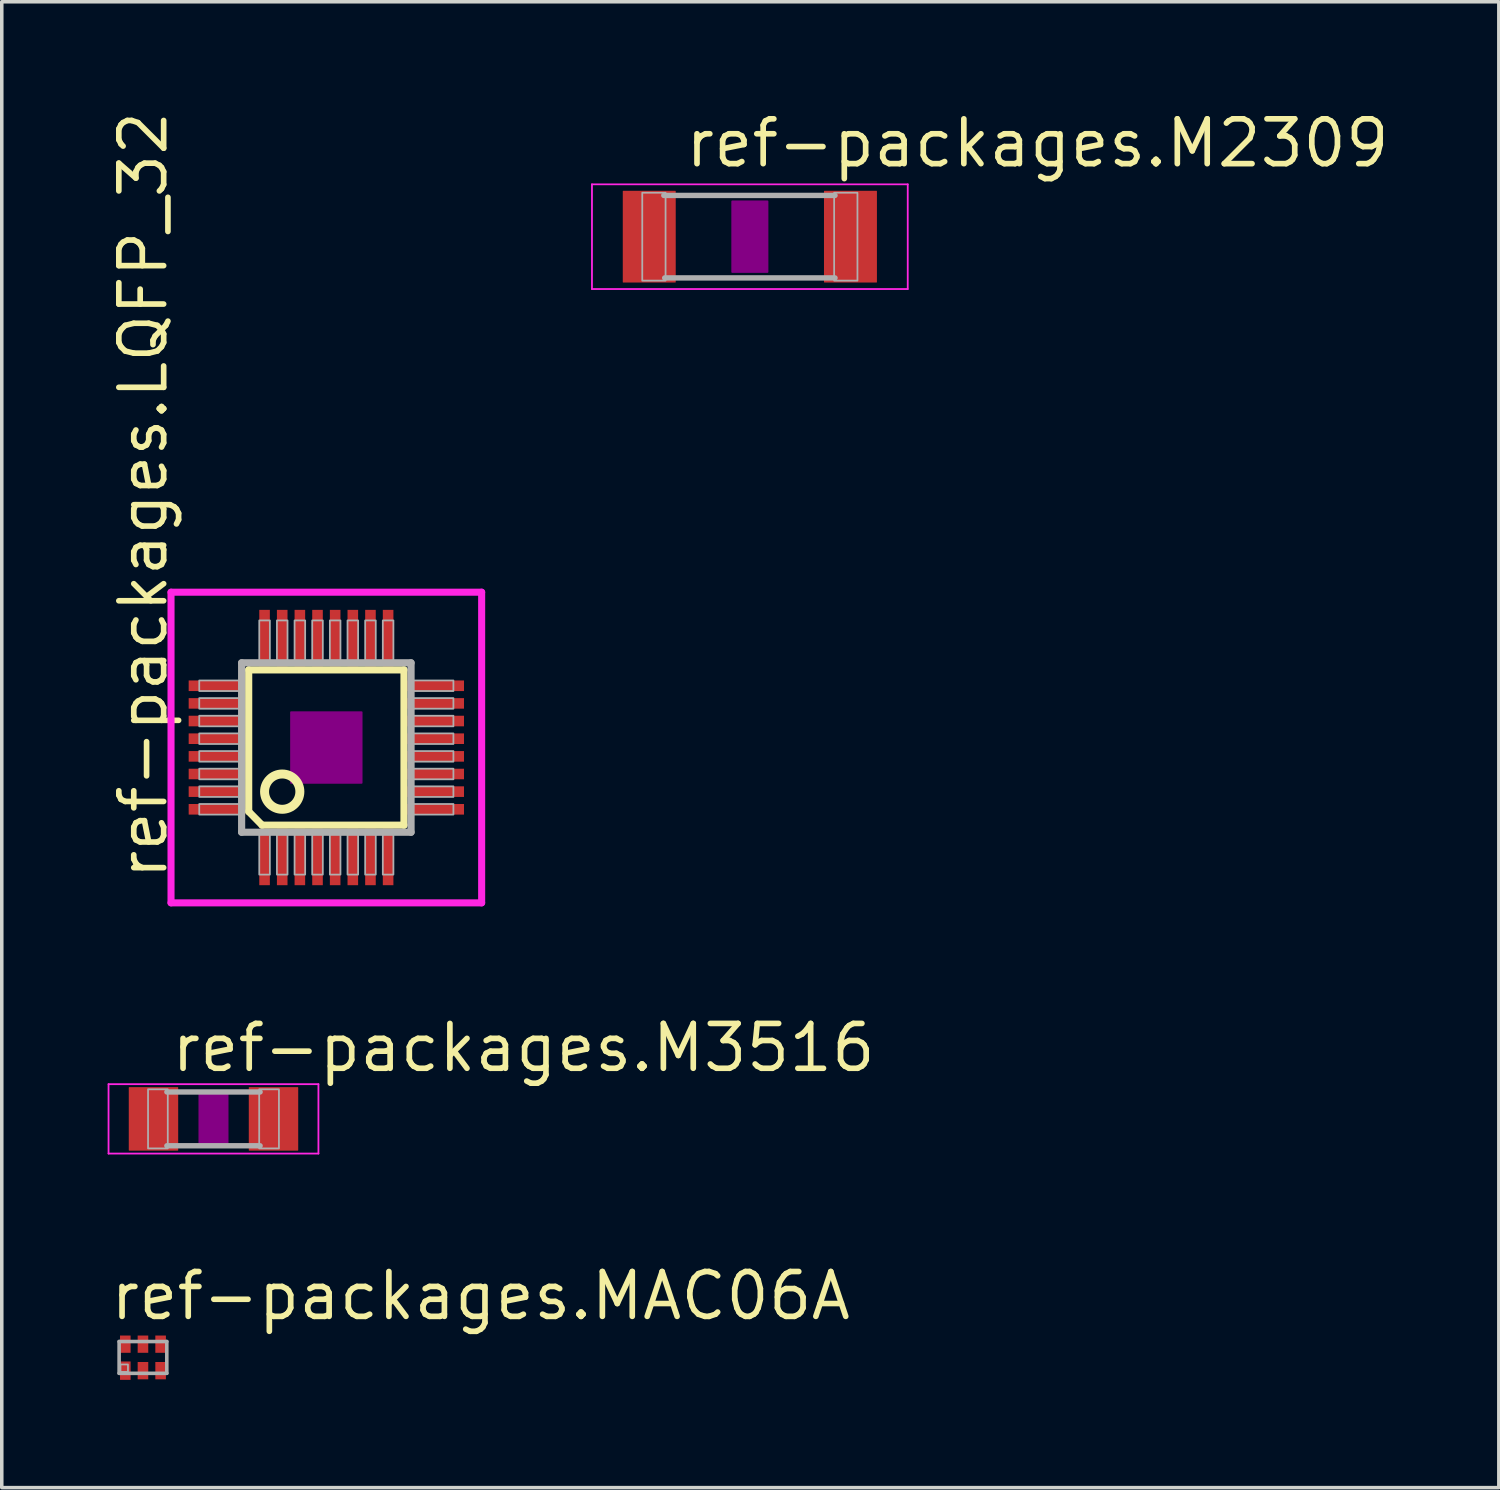
<source format=kicad_pcb>
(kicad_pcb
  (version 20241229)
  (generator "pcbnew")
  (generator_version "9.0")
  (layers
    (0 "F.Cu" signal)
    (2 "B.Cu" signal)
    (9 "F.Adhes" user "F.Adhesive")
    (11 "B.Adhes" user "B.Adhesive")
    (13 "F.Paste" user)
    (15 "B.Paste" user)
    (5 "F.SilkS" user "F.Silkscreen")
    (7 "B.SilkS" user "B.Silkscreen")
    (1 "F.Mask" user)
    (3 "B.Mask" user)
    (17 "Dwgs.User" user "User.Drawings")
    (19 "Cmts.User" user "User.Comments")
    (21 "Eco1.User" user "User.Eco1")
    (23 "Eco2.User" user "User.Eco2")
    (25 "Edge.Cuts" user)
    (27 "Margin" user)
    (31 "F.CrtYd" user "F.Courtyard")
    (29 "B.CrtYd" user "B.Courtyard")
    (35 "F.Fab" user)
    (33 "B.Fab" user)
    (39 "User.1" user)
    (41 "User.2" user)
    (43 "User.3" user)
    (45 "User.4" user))
  (footprint "ref-packages.M2309"
    (layer "F.Cu")
    (at 18.193 3.655)
    (property "Reference" "ref-packages.M2309" (at -1.905 -1.905 0) (layer "F.SilkS") (effects (font (size 1.27 1.27) (thickness 0.16)) (justify left bottom)))
    (attr smd)
    (fp_rect (start -0.5 1) (end 0.5 -1) (stroke (width 0.05) (type default)) (fill yes) (layer "F.Adhes"))
    (fp_line (start -4.473 -1.483) (end 4.473 -1.483) (stroke (width 0.051) (type default)) (layer "F.CrtYd"))
    (fp_line (start -4.473 1.483) (end -4.473 -1.483) (stroke (width 0.051) (type default)) (layer "F.CrtYd"))
    (fp_line (start 4.473 -1.483) (end 4.473 1.483) (stroke (width 0.051) (type default)) (layer "F.CrtYd"))
    (fp_line (start 4.473 1.483) (end -4.473 1.483) (stroke (width 0.051) (type default)) (layer "F.CrtYd"))
    (fp_line (start 2.413 -1.168) (end -2.438 -1.168) (stroke (width 0.152) (type default)) (layer "F.Fab"))
    (fp_line (start 2.413 1.168) (end -2.413 1.168) (stroke (width 0.152) (type default)) (layer "F.Fab"))
    (fp_rect (start -3.048 1.245) (end -2.388 -1.245) (stroke (width 0.05) (type default)) (fill no) (layer "F.Fab"))
    (fp_rect (start 2.388 1.245) (end 3.048 -1.245) (stroke (width 0.05) (type default)) (fill no) (layer "F.Fab"))
    (pad "1" smd roundrect (at -2.85 0) (size 1.5 2.6) (layers "F.Cu" "F.Mask" "F.Paste") (roundrect_rratio 0.01))
    (pad "2" smd roundrect (at 2.85 0) (size 1.5 2.6) (layers "F.Cu" "F.Mask" "F.Paste") (roundrect_rratio 0.01)))
  (footprint "ref-packages.LQFP_32"
    (layer "F.Cu")
    (at 6.195 18.127)
    (property "Reference" "ref-packages.LQFP_32" (at -4.445 3.81 90) (layer "F.SilkS") (effects (font (size 1.27 1.27) (thickness 0.16)) (justify left bottom)))
    (attr smd)
    (fp_line (start -2.2 -2.2) (end 2.2 -2.2) (stroke (width 0.203) (type default)) (layer "F.SilkS"))
    (fp_line (start -2.2 1.813) (end -2.2 -2.2) (stroke (width 0.203) (type default)) (layer "F.SilkS"))
    (fp_line (start -1.819 2.2) (end -2.2 1.813) (stroke (width 0.203) (type default)) (layer "F.SilkS"))
    (fp_line (start 2.2 -2.2) (end 2.2 2.2) (stroke (width 0.203) (type default)) (layer "F.SilkS"))
    (fp_line (start 2.2 2.2) (end -1.819 2.2) (stroke (width 0.203) (type default)) (layer "F.SilkS"))
    (fp_circle (center -1.25 1.25) (end -0.75 1.25) (stroke (width 0.254) (type default)) (fill no) (layer "F.SilkS"))
    (fp_rect (start -1 1) (end 1 -1) (stroke (width 0.05) (type default)) (fill yes) (layer "F.Adhes"))
    (fp_line (start -4.4 -4.4) (end 4.4 -4.4) (stroke (width 0.2) (type default)) (layer "F.CrtYd"))
    (fp_line (start -4.4 4.4) (end -4.4 -4.4) (stroke (width 0.2) (type default)) (layer "F.CrtYd"))
    (fp_line (start 4.4 -4.4) (end 4.4 4.4) (stroke (width 0.2) (type default)) (layer "F.CrtYd"))
    (fp_line (start 4.4 4.4) (end -4.4 4.4) (stroke (width 0.2) (type default)) (layer "F.CrtYd"))
    (fp_line (start -2.4 -2.4) (end -2.4 2.4) (stroke (width 0.203) (type default)) (layer "F.Fab"))
    (fp_line (start -2.4 2.4) (end 2.4 2.4) (stroke (width 0.203) (type default)) (layer "F.Fab"))
    (fp_line (start 2.4 -2.4) (end -2.4 -2.4) (stroke (width 0.203) (type default)) (layer "F.Fab"))
    (fp_line (start 2.4 2.4) (end 2.4 -2.4) (stroke (width 0.203) (type default)) (layer "F.Fab"))
    (fp_rect (start -3.6 -1.6) (end -2.45 -1.9) (stroke (width 0.05) (type default)) (fill no) (layer "F.Fab"))
    (fp_rect (start -3.6 -1.1) (end -2.45 -1.4) (stroke (width 0.05) (type default)) (fill no) (layer "F.Fab"))
    (fp_rect (start -3.6 -0.6) (end -2.45 -0.9) (stroke (width 0.05) (type default)) (fill no) (layer "F.Fab"))
    (fp_rect (start -3.6 -0.1) (end -2.45 -0.4) (stroke (width 0.05) (type default)) (fill no) (layer "F.Fab"))
    (fp_rect (start -3.6 0.4) (end -2.45 0.1) (stroke (width 0.05) (type default)) (fill no) (layer "F.Fab"))
    (fp_rect (start -3.6 0.9) (end -2.45 0.6) (stroke (width 0.05) (type default)) (fill no) (layer "F.Fab"))
    (fp_rect (start -3.6 1.4) (end -2.45 1.1) (stroke (width 0.05) (type default)) (fill no) (layer "F.Fab"))
    (fp_rect (start -3.6 1.9) (end -2.45 1.6) (stroke (width 0.05) (type default)) (fill no) (layer "F.Fab"))
    (fp_rect (start -1.9 -2.45) (end -1.6 -3.6) (stroke (width 0.05) (type default)) (fill no) (layer "F.Fab"))
    (fp_rect (start -1.9 3.6) (end -1.6 2.45) (stroke (width 0.05) (type default)) (fill no) (layer "F.Fab"))
    (fp_rect (start -1.4 -2.45) (end -1.1 -3.6) (stroke (width 0.05) (type default)) (fill no) (layer "F.Fab"))
    (fp_rect (start -1.4 3.6) (end -1.1 2.45) (stroke (width 0.05) (type default)) (fill no) (layer "F.Fab"))
    (fp_rect (start -0.9 -2.45) (end -0.6 -3.6) (stroke (width 0.05) (type default)) (fill no) (layer "F.Fab"))
    (fp_rect (start -0.9 3.6) (end -0.6 2.45) (stroke (width 0.05) (type default)) (fill no) (layer "F.Fab"))
    (fp_rect (start -0.4 -2.45) (end -0.1 -3.6) (stroke (width 0.05) (type default)) (fill no) (layer "F.Fab"))
    (fp_rect (start -0.4 3.6) (end -0.1 2.45) (stroke (width 0.05) (type default)) (fill no) (layer "F.Fab"))
    (fp_rect (start 0.1 -2.45) (end 0.4 -3.6) (stroke (width 0.05) (type default)) (fill no) (layer "F.Fab"))
    (fp_rect (start 0.1 3.6) (end 0.4 2.45) (stroke (width 0.05) (type default)) (fill no) (layer "F.Fab"))
    (fp_rect (start 0.6 -2.45) (end 0.9 -3.6) (stroke (width 0.05) (type default)) (fill no) (layer "F.Fab"))
    (fp_rect (start 0.6 3.6) (end 0.9 2.45) (stroke (width 0.05) (type default)) (fill no) (layer "F.Fab"))
    (fp_rect (start 1.1 -2.45) (end 1.4 -3.6) (stroke (width 0.05) (type default)) (fill no) (layer "F.Fab"))
    (fp_rect (start 1.1 3.6) (end 1.4 2.45) (stroke (width 0.05) (type default)) (fill no) (layer "F.Fab"))
    (fp_rect (start 1.6 -2.45) (end 1.9 -3.6) (stroke (width 0.05) (type default)) (fill no) (layer "F.Fab"))
    (fp_rect (start 1.6 3.6) (end 1.9 2.45) (stroke (width 0.05) (type default)) (fill no) (layer "F.Fab"))
    (fp_rect (start 2.45 -1.6) (end 3.6 -1.9) (stroke (width 0.05) (type default)) (fill no) (layer "F.Fab"))
    (fp_rect (start 2.45 -1.1) (end 3.6 -1.4) (stroke (width 0.05) (type default)) (fill no) (layer "F.Fab"))
    (fp_rect (start 2.45 -0.6) (end 3.6 -0.9) (stroke (width 0.05) (type default)) (fill no) (layer "F.Fab"))
    (fp_rect (start 2.45 -0.1) (end 3.6 -0.4) (stroke (width 0.05) (type default)) (fill no) (layer "F.Fab"))
    (fp_rect (start 2.45 0.4) (end 3.6 0.1) (stroke (width 0.05) (type default)) (fill no) (layer "F.Fab"))
    (fp_rect (start 2.45 0.9) (end 3.6 0.6) (stroke (width 0.05) (type default)) (fill no) (layer "F.Fab"))
    (fp_rect (start 2.45 1.4) (end 3.6 1.1) (stroke (width 0.05) (type default)) (fill no) (layer "F.Fab"))
    (fp_rect (start 2.45 1.9) (end 3.6 1.6) (stroke (width 0.05) (type default)) (fill no) (layer "F.Fab"))
    (pad "1" smd roundrect (at -1.75 3.1) (size 0.3 1.6) (layers "F.Cu" "F.Mask" "F.Paste") (roundrect_rratio 0.01))
    (pad "2" smd roundrect (at -1.25 3.1) (size 0.3 1.6) (layers "F.Cu" "F.Mask" "F.Paste") (roundrect_rratio 0.01))
    (pad "3" smd roundrect (at -0.75 3.1) (size 0.3 1.6) (layers "F.Cu" "F.Mask" "F.Paste") (roundrect_rratio 0.01))
    (pad "4" smd roundrect (at -0.25 3.1) (size 0.3 1.6) (layers "F.Cu" "F.Mask" "F.Paste") (roundrect_rratio 0.01))
    (pad "5" smd roundrect (at 0.25 3.1) (size 0.3 1.6) (layers "F.Cu" "F.Mask" "F.Paste") (roundrect_rratio 0.01))
    (pad "6" smd roundrect (at 0.75 3.1) (size 0.3 1.6) (layers "F.Cu" "F.Mask" "F.Paste") (roundrect_rratio 0.01))
    (pad "7" smd roundrect (at 1.25 3.1) (size 0.3 1.6) (layers "F.Cu" "F.Mask" "F.Paste") (roundrect_rratio 0.01))
    (pad "8" smd roundrect (at 1.75 3.1) (size 0.3 1.6) (layers "F.Cu" "F.Mask" "F.Paste") (roundrect_rratio 0.01))
    (pad "9" smd roundrect (at 3.1 1.75) (size 1.6 0.3) (layers "F.Cu" "F.Mask" "F.Paste") (roundrect_rratio 0.01))
    (pad "10" smd roundrect (at 3.1 1.25) (size 1.6 0.3) (layers "F.Cu" "F.Mask" "F.Paste") (roundrect_rratio 0.01))
    (pad "11" smd roundrect (at 3.1 0.75) (size 1.6 0.3) (layers "F.Cu" "F.Mask" "F.Paste") (roundrect_rratio 0.01))
    (pad "12" smd roundrect (at 3.1 0.25) (size 1.6 0.3) (layers "F.Cu" "F.Mask" "F.Paste") (roundrect_rratio 0.01))
    (pad "13" smd roundrect (at 3.1 -0.25) (size 1.6 0.3) (layers "F.Cu" "F.Mask" "F.Paste") (roundrect_rratio 0.01))
    (pad "14" smd roundrect (at 3.1 -0.75) (size 1.6 0.3) (layers "F.Cu" "F.Mask" "F.Paste") (roundrect_rratio 0.01))
    (pad "15" smd roundrect (at 3.1 -1.25) (size 1.6 0.3) (layers "F.Cu" "F.Mask" "F.Paste") (roundrect_rratio 0.01))
    (pad "16" smd roundrect (at 3.1 -1.75) (size 1.6 0.3) (layers "F.Cu" "F.Mask" "F.Paste") (roundrect_rratio 0.01))
    (pad "17" smd roundrect (at 1.75 -3.1) (size 0.3 1.6) (layers "F.Cu" "F.Mask" "F.Paste") (roundrect_rratio 0.01))
    (pad "18" smd roundrect (at 1.25 -3.1) (size 0.3 1.6) (layers "F.Cu" "F.Mask" "F.Paste") (roundrect_rratio 0.01))
    (pad "19" smd roundrect (at 0.75 -3.1) (size 0.3 1.6) (layers "F.Cu" "F.Mask" "F.Paste") (roundrect_rratio 0.01))
    (pad "20" smd roundrect (at 0.25 -3.1) (size 0.3 1.6) (layers "F.Cu" "F.Mask" "F.Paste") (roundrect_rratio 0.01))
    (pad "21" smd roundrect (at -0.25 -3.1) (size 0.3 1.6) (layers "F.Cu" "F.Mask" "F.Paste") (roundrect_rratio 0.01))
    (pad "22" smd roundrect (at -0.75 -3.1) (size 0.3 1.6) (layers "F.Cu" "F.Mask" "F.Paste") (roundrect_rratio 0.01))
    (pad "23" smd roundrect (at -1.25 -3.1) (size 0.3 1.6) (layers "F.Cu" "F.Mask" "F.Paste") (roundrect_rratio 0.01))
    (pad "24" smd roundrect (at -1.75 -3.1) (size 0.3 1.6) (layers "F.Cu" "F.Mask" "F.Paste") (roundrect_rratio 0.01))
    (pad "25" smd roundrect (at -3.1 -1.75) (size 1.6 0.3) (layers "F.Cu" "F.Mask" "F.Paste") (roundrect_rratio 0.01))
    (pad "26" smd roundrect (at -3.1 -1.25) (size 1.6 0.3) (layers "F.Cu" "F.Mask" "F.Paste") (roundrect_rratio 0.01))
    (pad "27" smd roundrect (at -3.1 -0.75) (size 1.6 0.3) (layers "F.Cu" "F.Mask" "F.Paste") (roundrect_rratio 0.01))
    (pad "28" smd roundrect (at -3.1 -0.25) (size 1.6 0.3) (layers "F.Cu" "F.Mask" "F.Paste") (roundrect_rratio 0.01))
    (pad "29" smd roundrect (at -3.1 0.25) (size 1.6 0.3) (layers "F.Cu" "F.Mask" "F.Paste") (roundrect_rratio 0.01))
    (pad "30" smd roundrect (at -3.1 0.75) (size 1.6 0.3) (layers "F.Cu" "F.Mask" "F.Paste") (roundrect_rratio 0.01))
    (pad "31" smd roundrect (at -3.1 1.25) (size 1.6 0.3) (layers "F.Cu" "F.Mask" "F.Paste") (roundrect_rratio 0.01))
    (pad "32" smd roundrect (at -3.1 1.75) (size 1.6 0.3) (layers "F.Cu" "F.Mask" "F.Paste") (roundrect_rratio 0.01)))
  (footprint "ref-packages.MAC06A"
    (layer "F.Cu")
    (at 1 35.405)
    (property "Reference" "ref-packages.MAC06A" (at -1 -1 0) (layer "F.SilkS") (effects (font (size 1.27 1.27) (thickness 0.16)) (justify left bottom)))
    (attr smd)
    (fp_rect (start -0.675 -0.087) (end -0.325 -0.662) (stroke (width 0.05) (type default)) (fill yes) (layer "F.Mask"))
    (fp_rect (start -0.675 0.662) (end -0.325 0.087) (stroke (width 0.05) (type default)) (fill yes) (layer "F.Mask"))
    (fp_rect (start -0.175 -0.087) (end 0.175 -0.662) (stroke (width 0.05) (type default)) (fill yes) (layer "F.Mask"))
    (fp_rect (start -0.175 0.662) (end 0.175 0.087) (stroke (width 0.05) (type default)) (fill yes) (layer "F.Mask"))
    (fp_rect (start 0.325 -0.087) (end 0.675 -0.662) (stroke (width 0.05) (type default)) (fill yes) (layer "F.Mask"))
    (fp_rect (start 0.325 0.662) (end 0.675 0.087) (stroke (width 0.05) (type default)) (fill yes) (layer "F.Mask"))
    (fp_line (start -0.675 -0.45) (end 0.675 -0.45) (stroke (width 0.102) (type default)) (layer "F.Fab"))
    (fp_line (start -0.675 0.45) (end -0.675 -0.45) (stroke (width 0.102) (type default)) (layer "F.Fab"))
    (fp_line (start 0.675 -0.45) (end 0.675 0.45) (stroke (width 0.102) (type default)) (layer "F.Fab"))
    (fp_line (start 0.675 0.45) (end -0.675 0.45) (stroke (width 0.102) (type default)) (layer "F.Fab"))
    (fp_rect (start -0.637 0.412) (end -0.425 0.2) (stroke (width 0.05) (type default)) (fill no) (layer "F.Fab"))
    (pad "1" smd roundrect (at -0.5 0.375) (size 0.3 0.52) (layers "F.Cu" "F.Mask" "F.Paste") (roundrect_rratio 0.01))
    (pad "2" smd roundrect (at 0 0.375) (size 0.3 0.49) (layers "F.Cu" "F.Mask" "F.Paste") (roundrect_rratio 0.01))
    (pad "3" smd roundrect (at 0.5 0.375) (size 0.3 0.49) (layers "F.Cu" "F.Mask" "F.Paste") (roundrect_rratio 0.01))
    (pad "4" smd roundrect (at 0.5 -0.375 180) (size 0.3 0.49) (layers "F.Cu" "F.Mask" "F.Paste") (roundrect_rratio 0.01))
    (pad "5" smd roundrect (at 0 -0.375 180) (size 0.3 0.49) (layers "F.Cu" "F.Mask" "F.Paste") (roundrect_rratio 0.01))
    (pad "6" smd roundrect (at -0.5 -0.375 180) (size 0.3 0.49) (layers "F.Cu" "F.Mask" "F.Paste") (roundrect_rratio 0.01)))
  (footprint "ref-packages.M3516"
    (layer "F.Cu")
    (at 2.998 28.647)
    (property "Reference" "ref-packages.M3516" (at -1.27 -1.27 0) (layer "F.SilkS") (effects (font (size 1.27 1.27) (thickness 0.16)) (justify left bottom)))
    (attr smd)
    (fp_rect (start -0.4 0.7) (end 0.4 -0.7) (stroke (width 0.05) (type default)) (fill yes) (layer "F.Adhes"))
    (fp_line (start -2.973 -0.983) (end 2.973 -0.983) (stroke (width 0.051) (type default)) (layer "F.CrtYd"))
    (fp_line (start -2.973 0.983) (end -2.973 -0.983) (stroke (width 0.051) (type default)) (layer "F.CrtYd"))
    (fp_line (start 2.973 -0.983) (end 2.973 0.983) (stroke (width 0.051) (type default)) (layer "F.CrtYd"))
    (fp_line (start 2.973 0.983) (end -2.973 0.983) (stroke (width 0.051) (type default)) (layer "F.CrtYd"))
    (fp_line (start 1.321 -0.762) (end -1.321 -0.762) (stroke (width 0.152) (type default)) (layer "F.Fab"))
    (fp_line (start 1.321 0.762) (end -1.321 0.762) (stroke (width 0.152) (type default)) (layer "F.Fab"))
    (fp_rect (start -1.854 0.838) (end -1.295 -0.838) (stroke (width 0.05) (type default)) (fill no) (layer "F.Fab"))
    (fp_rect (start 1.295 0.838) (end 1.854 -0.838) (stroke (width 0.05) (type default)) (fill no) (layer "F.Fab"))
    (pad "1" smd roundrect (at -1.7 0) (size 1.4 1.8) (layers "F.Cu" "F.Mask" "F.Paste") (roundrect_rratio 0.01))
    (pad "2" smd roundrect (at 1.7 0) (size 1.4 1.8) (layers "F.Cu" "F.Mask" "F.Paste") (roundrect_rratio 0.01)))
  (gr_rect
    (start -3 -3)
    (end 39.411 39.093)
    (stroke (width 0.1) (type default))
    (fill no)
    (layer "Edge.Cuts")))
</source>
